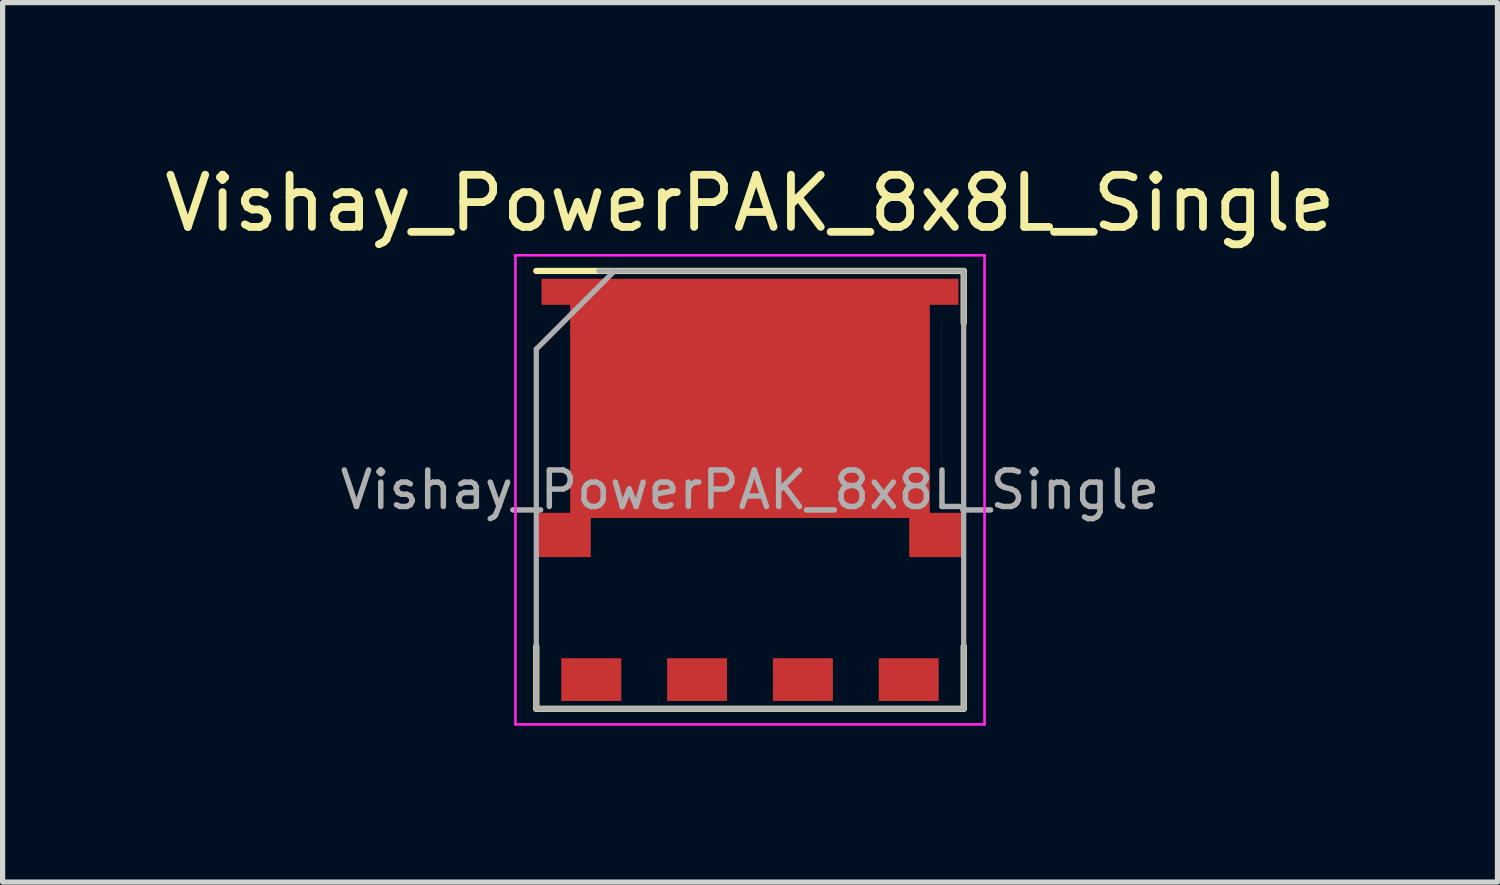
<source format=kicad_pcb>
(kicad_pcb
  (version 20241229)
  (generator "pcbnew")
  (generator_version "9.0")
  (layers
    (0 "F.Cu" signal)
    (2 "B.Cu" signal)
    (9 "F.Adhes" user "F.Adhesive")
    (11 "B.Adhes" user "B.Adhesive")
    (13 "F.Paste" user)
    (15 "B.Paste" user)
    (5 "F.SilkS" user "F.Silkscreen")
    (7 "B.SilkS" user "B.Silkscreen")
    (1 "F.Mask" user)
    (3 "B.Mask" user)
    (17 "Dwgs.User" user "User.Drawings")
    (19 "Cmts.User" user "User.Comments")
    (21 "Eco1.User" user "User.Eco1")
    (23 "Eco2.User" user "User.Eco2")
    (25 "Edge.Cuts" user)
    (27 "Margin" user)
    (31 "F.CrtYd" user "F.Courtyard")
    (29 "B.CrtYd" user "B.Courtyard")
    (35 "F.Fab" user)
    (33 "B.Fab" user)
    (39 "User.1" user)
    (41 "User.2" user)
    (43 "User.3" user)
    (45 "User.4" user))
  (footprint "Vishay_PowerPAK_8x8L_Single"
    (layer "F.Cu")
    (at 11.339 6.348)
    (property "Reference" "Vishay_PowerPAK_8x8L_Single" (at 0 -5.5 0) (layer "F.SilkS") (effects (font (size 1 1) (thickness 0.15))))
    (attr smd)
    (fp_line (start -4.1 -4.2) (end 4.1 -4.2) (stroke (width 0.12) (type solid)) (layer "F.SilkS"))
    (fp_line (start -4.1 3) (end -4.1 4.2) (stroke (width 0.12) (type solid)) (layer "F.SilkS"))
    (fp_line (start -4.1 4.2) (end 4.1 4.2) (stroke (width 0.12) (type solid)) (layer "F.SilkS"))
    (fp_line (start 4.1 -4.2) (end 4.1 -3.2) (stroke (width 0.12) (type solid)) (layer "F.SilkS"))
    (fp_line (start 4.1 3) (end 4.1 4.2) (stroke (width 0.12) (type solid)) (layer "F.SilkS"))
    (fp_line (start -4.5 -4.5) (end -4.5 4.5) (stroke (width 0.05) (type solid)) (layer "F.CrtYd"))
    (fp_line (start -4.5 -4.5) (end 4.5 -4.5) (stroke (width 0.05) (type solid)) (layer "F.CrtYd"))
    (fp_line (start -4.5 4.5) (end 4.5 4.5) (stroke (width 0.05) (type solid)) (layer "F.CrtYd"))
    (fp_line (start 4.5 -4.5) (end 4.5 4.5) (stroke (width 0.05) (type solid)) (layer "F.CrtYd"))
    (fp_line (start -4.1 -2.7) (end -4.1 4.2) (stroke (width 0.1) (type solid)) (layer "F.Fab"))
    (fp_line (start -4.1 -2.7) (end -2.6 -4.2) (stroke (width 0.1) (type solid)) (layer "F.Fab"))
    (fp_line (start -4.1 4.2) (end 4.1 4.2) (stroke (width 0.1) (type solid)) (layer "F.Fab"))
    (fp_line (start -2.9 -4.2) (end 4.1 -4.2) (stroke (width 0.1) (type solid)) (layer "F.Fab"))
    (fp_line (start 4.1 -4.2) (end 4.1 4.2) (stroke (width 0.1) (type solid)) (layer "F.Fab"))
    (fp_text user "${REFERENCE}" (at 0 0 0) (layer "F.Fab") (effects (font (size 0.7 0.7) (thickness 0.105))))
    (pad "1" smd rect (at -3.045 3.64) (size 1.15 0.82) (layers "F.Cu" "F.Mask" "F.Paste"))
    (pad "2" smd rect (at -1.015 3.64) (size 1.15 0.82) (layers "F.Cu" "F.Mask" "F.Paste"))
    (pad "3" smd rect (at 1.015 3.64) (size 1.15 0.82) (layers "F.Cu" "F.Mask" "F.Paste"))
    (pad "4" smd rect (at 3.045 3.64) (size 1.15 0.82) (layers "F.Cu" "F.Mask" "F.Paste"))
    (pad "5" smd custom (at 0 -1.755) (size 6.9 4.59) (layers "F.Cu" "F.Mask" "F.Paste") (options (anchor rect)) (primitives (gr_rect (start -4.125 2.195) (end -3.055 3.045) (width 0) (fill yes)) (gr_rect (start 3.055 2.195) (end 4.125 3.045) (width 0) (fill yes)) (gr_rect (start -4 -2.295) (end -3.43 -1.795) (width 0) (fill yes)) (gr_rect (start 3.43 -2.295) (end 4 -1.795) (width 0) (fill yes)))))
  (gr_rect
    (start -3 -3)
    (end 25.679 13.873)
    (stroke (width 0.1) (type default))
    (fill no)
    (layer "Edge.Cuts")))
</source>
